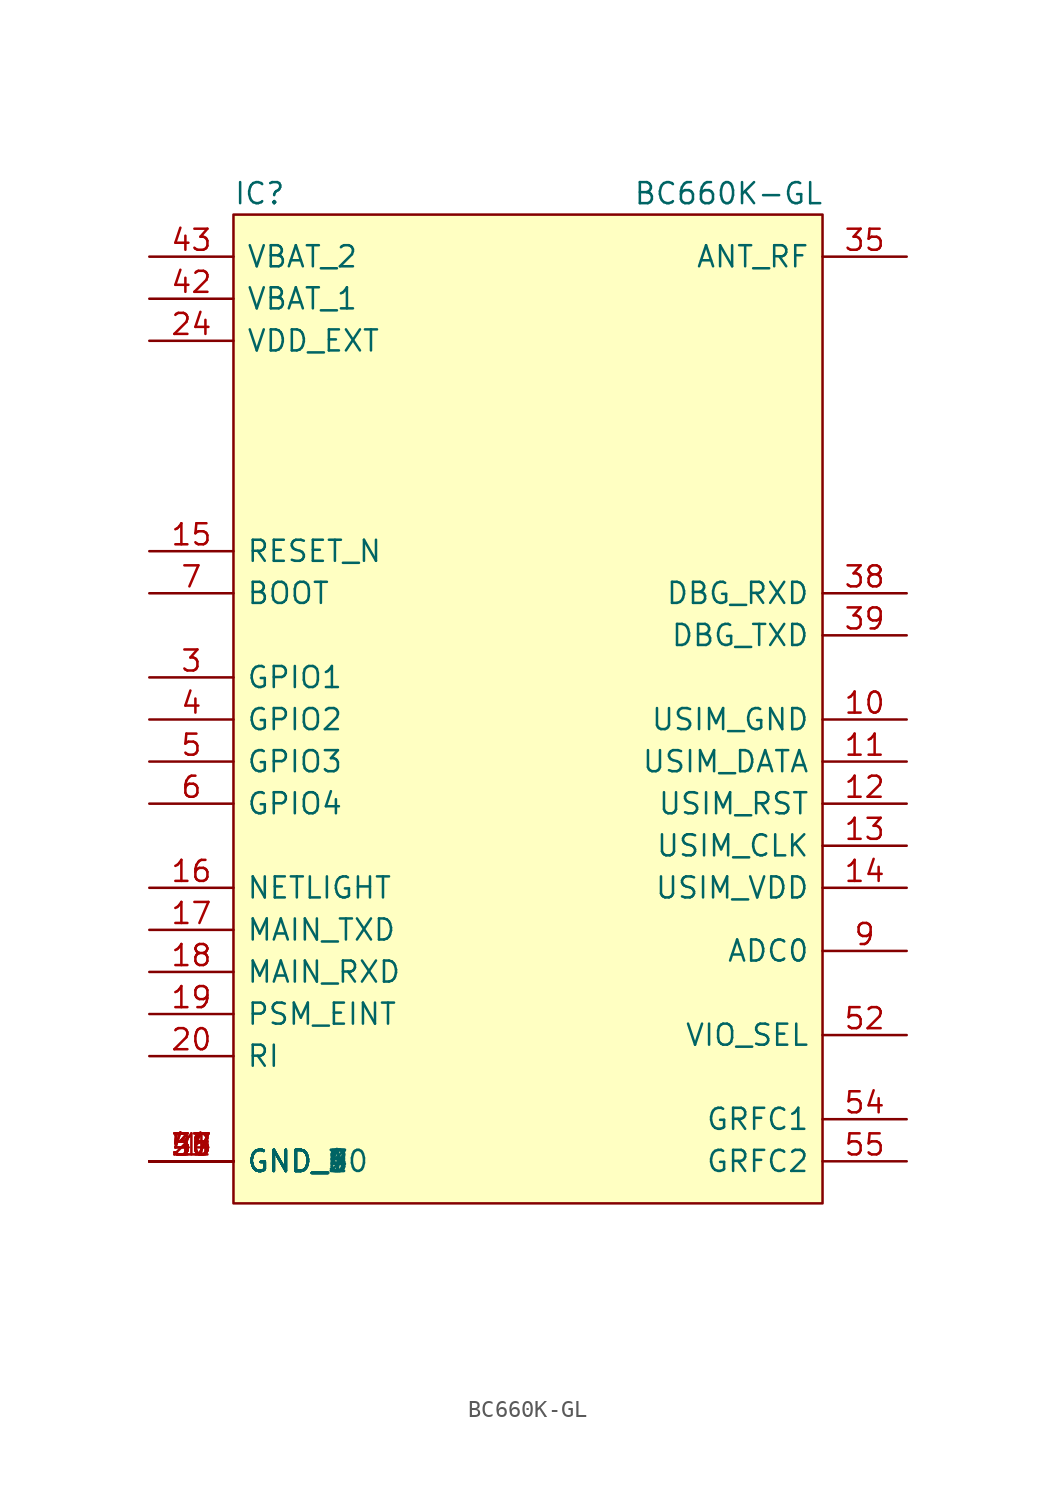
<source format=kicad_sym>
(kicad_symbol_lib
  (version 20211014)
  (generator kicad_symbol_editor)
  (symbol "BC660K-GL"
    (pin_names
      (offset 0.762))
    (property "Reference" "IC"
      (at 5.08 3.81 0)
      (effects (font (size 1.27 1.27)) (justify left)))
    (property "Value" "BC660K-GL"
      (at 29.21 3.81 0)
      (effects (font (size 1.27 1.27)) (justify left)))
    (symbol "BC660K-GL_0_0"
      (pin passive line (at 0 -54.61 0) (length 5.08) (name "GND_1" (effects (font (size 1.27 1.27)))) (number "1" (effects (font (size 1.27 1.27)))))
      (pin passive line (at 45.72 -27.94 180) (length 5.08) (name "USIM_GND" (effects (font (size 1.27 1.27)))) (number "10" (effects (font (size 1.27 1.27)))))
      (pin passive line (at 45.72 -30.48 180) (length 5.08) (name "USIM_DATA" (effects (font (size 1.27 1.27)))) (number "11" (effects (font (size 1.27 1.27)))))
      (pin passive line (at 45.72 -33.02 180) (length 5.08) (name "USIM_RST" (effects (font (size 1.27 1.27)))) (number "12" (effects (font (size 1.27 1.27)))))
      (pin passive line (at 45.72 -35.56 180) (length 5.08) (name "USIM_CLK" (effects (font (size 1.27 1.27)))) (number "13" (effects (font (size 1.27 1.27)))))
      (pin passive line (at 45.72 -38.1 180) (length 5.08) (name "USIM_VDD" (effects (font (size 1.27 1.27)))) (number "14" (effects (font (size 1.27 1.27)))))
      (pin passive line (at 0 -17.78 0) (length 5.08) (name "RESET_N" (effects (font (size 1.27 1.27)))) (number "15" (effects (font (size 1.27 1.27)))))
      (pin passive line (at 0 -38.1 0) (length 5.08) (name "NETLIGHT" (effects (font (size 1.27 1.27)))) (number "16" (effects (font (size 1.27 1.27)))))
      (pin passive line (at 0 -40.64 0) (length 5.08) (name "MAIN_TXD" (effects (font (size 1.27 1.27)))) (number "17" (effects (font (size 1.27 1.27)))))
      (pin passive line (at 0 -43.18 0) (length 5.08) (name "MAIN_RXD" (effects (font (size 1.27 1.27)))) (number "18" (effects (font (size 1.27 1.27)))))
      (pin passive line (at 0 -45.72 0) (length 5.08) (name "PSM_EINT" (effects (font (size 1.27 1.27)))) (number "19" (effects (font (size 1.27 1.27)))))
      (pin passive line (at 34.925 -61.595 90) (length 5.08) hide (name "RESERVED_1" (effects (font (size 1.27 1.27)))) (number "2" (effects (font (size 1.27 1.27)))))
      (pin passive line (at 0 -48.26 0) (length 5.08) (name "RI" (effects (font (size 1.27 1.27)))) (number "20" (effects (font (size 1.27 1.27)))))
      (pin passive line (at 9.525 -61.595 90) (length 5.08) hide (name "RESERVED_3" (effects (font (size 1.27 1.27)))) (number "21" (effects (font (size 1.27 1.27)))))
      (pin passive line (at 17.145 -61.595 90) (length 5.08) hide (name "RESERVED_4" (effects (font (size 1.27 1.27)))) (number "22" (effects (font (size 1.27 1.27)))))
      (pin passive line (at 19.685 -61.595 90) (length 5.08) hide (name "RESERVED_5" (effects (font (size 1.27 1.27)))) (number "23" (effects (font (size 1.27 1.27)))))
      (pin passive line (at 0 -5.08 0) (length 5.08) (name "VDD_EXT" (effects (font (size 1.27 1.27)))) (number "24" (effects (font (size 1.27 1.27)))))
      (pin passive line (at 10.795 -61.595 90) (length 5.08) hide (name "RESERVED_6" (effects (font (size 1.27 1.27)))) (number "25" (effects (font (size 1.27 1.27)))))
      (pin passive line (at 13.335 -61.595 90) (length 5.08) hide (name "RESERVED_7" (effects (font (size 1.27 1.27)))) (number "26" (effects (font (size 1.27 1.27)))))
      (pin passive line (at 0 -54.61 0) (length 5.08) (name "GND_2" (effects (font (size 1.27 1.27)))) (number "27" (effects (font (size 1.27 1.27)))))
      (pin passive line (at 12.065 -61.595 90) (length 5.08) hide (name "RESERVED_8" (effects (font (size 1.27 1.27)))) (number "28" (effects (font (size 1.27 1.27)))))
      (pin passive line (at 14.605 -61.595 90) (length 5.08) hide (name "RESERVED_9" (effects (font (size 1.27 1.27)))) (number "29" (effects (font (size 1.27 1.27)))))
      (pin passive line (at 0 -25.4 0) (length 5.08) (name "GPIO1" (effects (font (size 1.27 1.27)))) (number "3" (effects (font (size 1.27 1.27)))))
      (pin passive line (at 31.115 -61.595 90) (length 5.08) hide (name "RESERVED_10" (effects (font (size 1.27 1.27)))) (number "30" (effects (font (size 1.27 1.27)))))
      (pin passive line (at 33.655 -61.595 90) (length 5.08) hide (name "RESERVED_11" (effects (font (size 1.27 1.27)))) (number "31" (effects (font (size 1.27 1.27)))))
      (pin passive line (at 27.305 -61.595 90) (length 5.08) hide (name "RESERVED_12" (effects (font (size 1.27 1.27)))) (number "32" (effects (font (size 1.27 1.27)))))
      (pin passive line (at 32.385 -61.595 90) (length 5.08) hide (name "RESERVED_13" (effects (font (size 1.27 1.27)))) (number "33" (effects (font (size 1.27 1.27)))))
      (pin passive line (at 0 -54.61 0) (length 5.08) (name "GND_3" (effects (font (size 1.27 1.27)))) (number "34" (effects (font (size 1.27 1.27)))))
      (pin passive line (at 45.72 0 180) (length 5.08) (name "ANT_RF" (effects (font (size 1.27 1.27)))) (number "35" (effects (font (size 1.27 1.27)))))
      (pin passive line (at 0 -54.61 0) (length 5.08) (name "GND_4" (effects (font (size 1.27 1.27)))) (number "36" (effects (font (size 1.27 1.27)))))
      (pin passive line (at 0 -54.61 0) (length 5.08) (name "GND_5" (effects (font (size 1.27 1.27)))) (number "37" (effects (font (size 1.27 1.27)))))
      (pin passive line (at 45.72 -20.32 180) (length 5.08) (name "DBG_RXD" (effects (font (size 1.27 1.27)))) (number "38" (effects (font (size 1.27 1.27)))))
      (pin passive line (at 45.72 -22.86 180) (length 5.08) (name "DBG_TXD" (effects (font (size 1.27 1.27)))) (number "39" (effects (font (size 1.27 1.27)))))
      (pin passive line (at 0 -27.94 0) (length 5.08) (name "GPIO2" (effects (font (size 1.27 1.27)))) (number "4" (effects (font (size 1.27 1.27)))))
      (pin passive line (at 0 -54.61 0) (length 5.08) (name "GND_6" (effects (font (size 1.27 1.27)))) (number "40" (effects (font (size 1.27 1.27)))))
      (pin passive line (at 0 -54.61 0) (length 5.08) (name "GND_7" (effects (font (size 1.27 1.27)))) (number "41" (effects (font (size 1.27 1.27)))))
      (pin passive line (at 0 -2.54 0) (length 5.08) (name "VBAT_1" (effects (font (size 1.27 1.27)))) (number "42" (effects (font (size 1.27 1.27)))))
      (pin passive line (at 0 0 0) (length 5.08) (name "VBAT_2" (effects (font (size 1.27 1.27)))) (number "43" (effects (font (size 1.27 1.27)))))
      (pin passive line (at 29.845 -61.595 90) (length 5.08) hide (name "RESERVED_14" (effects (font (size 1.27 1.27)))) (number "44" (effects (font (size 1.27 1.27)))))
      (pin passive line (at 28.575 -61.595 90) (length 5.08) hide (name "RESERVED_15" (effects (font (size 1.27 1.27)))) (number "45" (effects (font (size 1.27 1.27)))))
      (pin passive line (at 26.035 -61.595 90) (length 5.08) hide (name "RESERVED_16" (effects (font (size 1.27 1.27)))) (number "46" (effects (font (size 1.27 1.27)))))
      (pin passive line (at 23.495 -61.595 90) (length 5.08) hide (name "RESERVED_17" (effects (font (size 1.27 1.27)))) (number "47" (effects (font (size 1.27 1.27)))))
      (pin passive line (at 20.955 -61.595 90) (length 5.08) hide (name "RESERVED_18" (effects (font (size 1.27 1.27)))) (number "48" (effects (font (size 1.27 1.27)))))
      (pin passive line (at 18.415 -61.595 90) (length 5.08) hide (name "RESERVED_19" (effects (font (size 1.27 1.27)))) (number "49" (effects (font (size 1.27 1.27)))))
      (pin passive line (at 0 -30.48 0) (length 5.08) (name "GPIO3" (effects (font (size 1.27 1.27)))) (number "5" (effects (font (size 1.27 1.27)))))
      (pin passive line (at 15.875 -61.595 90) (length 5.08) hide (name "RESERVED_20" (effects (font (size 1.27 1.27)))) (number "50" (effects (font (size 1.27 1.27)))))
      (pin passive line (at 24.765 -61.595 90) (length 5.08) hide (name "RESERVED_21" (effects (font (size 1.27 1.27)))) (number "51" (effects (font (size 1.27 1.27)))))
      (pin passive line (at 45.72 -46.99 180) (length 5.08) (name "VIO_SEL" (effects (font (size 1.27 1.27)))) (number "52" (effects (font (size 1.27 1.27)))))
      (pin passive line (at 22.225 -61.595 90) (length 5.08) hide (name "RESERVED_22" (effects (font (size 1.27 1.27)))) (number "53" (effects (font (size 1.27 1.27)))))
      (pin passive line (at 45.72 -52.07 180) (length 5.08) (name "GRFC1" (effects (font (size 1.27 1.27)))) (number "54" (effects (font (size 1.27 1.27)))))
      (pin passive line (at 45.72 -54.61 180) (length 5.08) (name "GRFC2" (effects (font (size 1.27 1.27)))) (number "55" (effects (font (size 1.27 1.27)))))
      (pin passive line (at 0 -54.61 0) (length 5.08) (name "GND_8" (effects (font (size 1.27 1.27)))) (number "56" (effects (font (size 1.27 1.27)))))
      (pin passive line (at 0 -54.61 0) (length 5.08) (name "GND_9" (effects (font (size 1.27 1.27)))) (number "57" (effects (font (size 1.27 1.27)))))
      (pin passive line (at 0 -54.61 0) (length 5.08) (name "GND_10" (effects (font (size 1.27 1.27)))) (number "58" (effects (font (size 1.27 1.27)))))
      (pin passive line (at 0 -33.02 0) (length 5.08) (name "GPIO4" (effects (font (size 1.27 1.27)))) (number "6" (effects (font (size 1.27 1.27)))))
      (pin passive line (at 0 -20.32 0) (length 5.08) (name "BOOT" (effects (font (size 1.27 1.27)))) (number "7" (effects (font (size 1.27 1.27)))))
      (pin passive line (at 36.195 -61.595 90) (length 5.08) hide (name "RESERVED_2" (effects (font (size 1.27 1.27)))) (number "8" (effects (font (size 1.27 1.27)))))
      (pin passive line (at 45.72 -41.91 180) (length 5.08) (name "ADC0" (effects (font (size 1.27 1.27)))) (number "9" (effects (font (size 1.27 1.27))))))
    (symbol "BC660K-GL_0_1"
      (polyline (pts (xy 5.08 2.54) (xy 40.64 2.54) (xy 40.64 -57.15) (xy 5.08 -57.15) (xy 5.08 2.54)) (stroke (width 0.152) (type default) (color 0 0 0 0)) (fill (type background))))))
</source>
